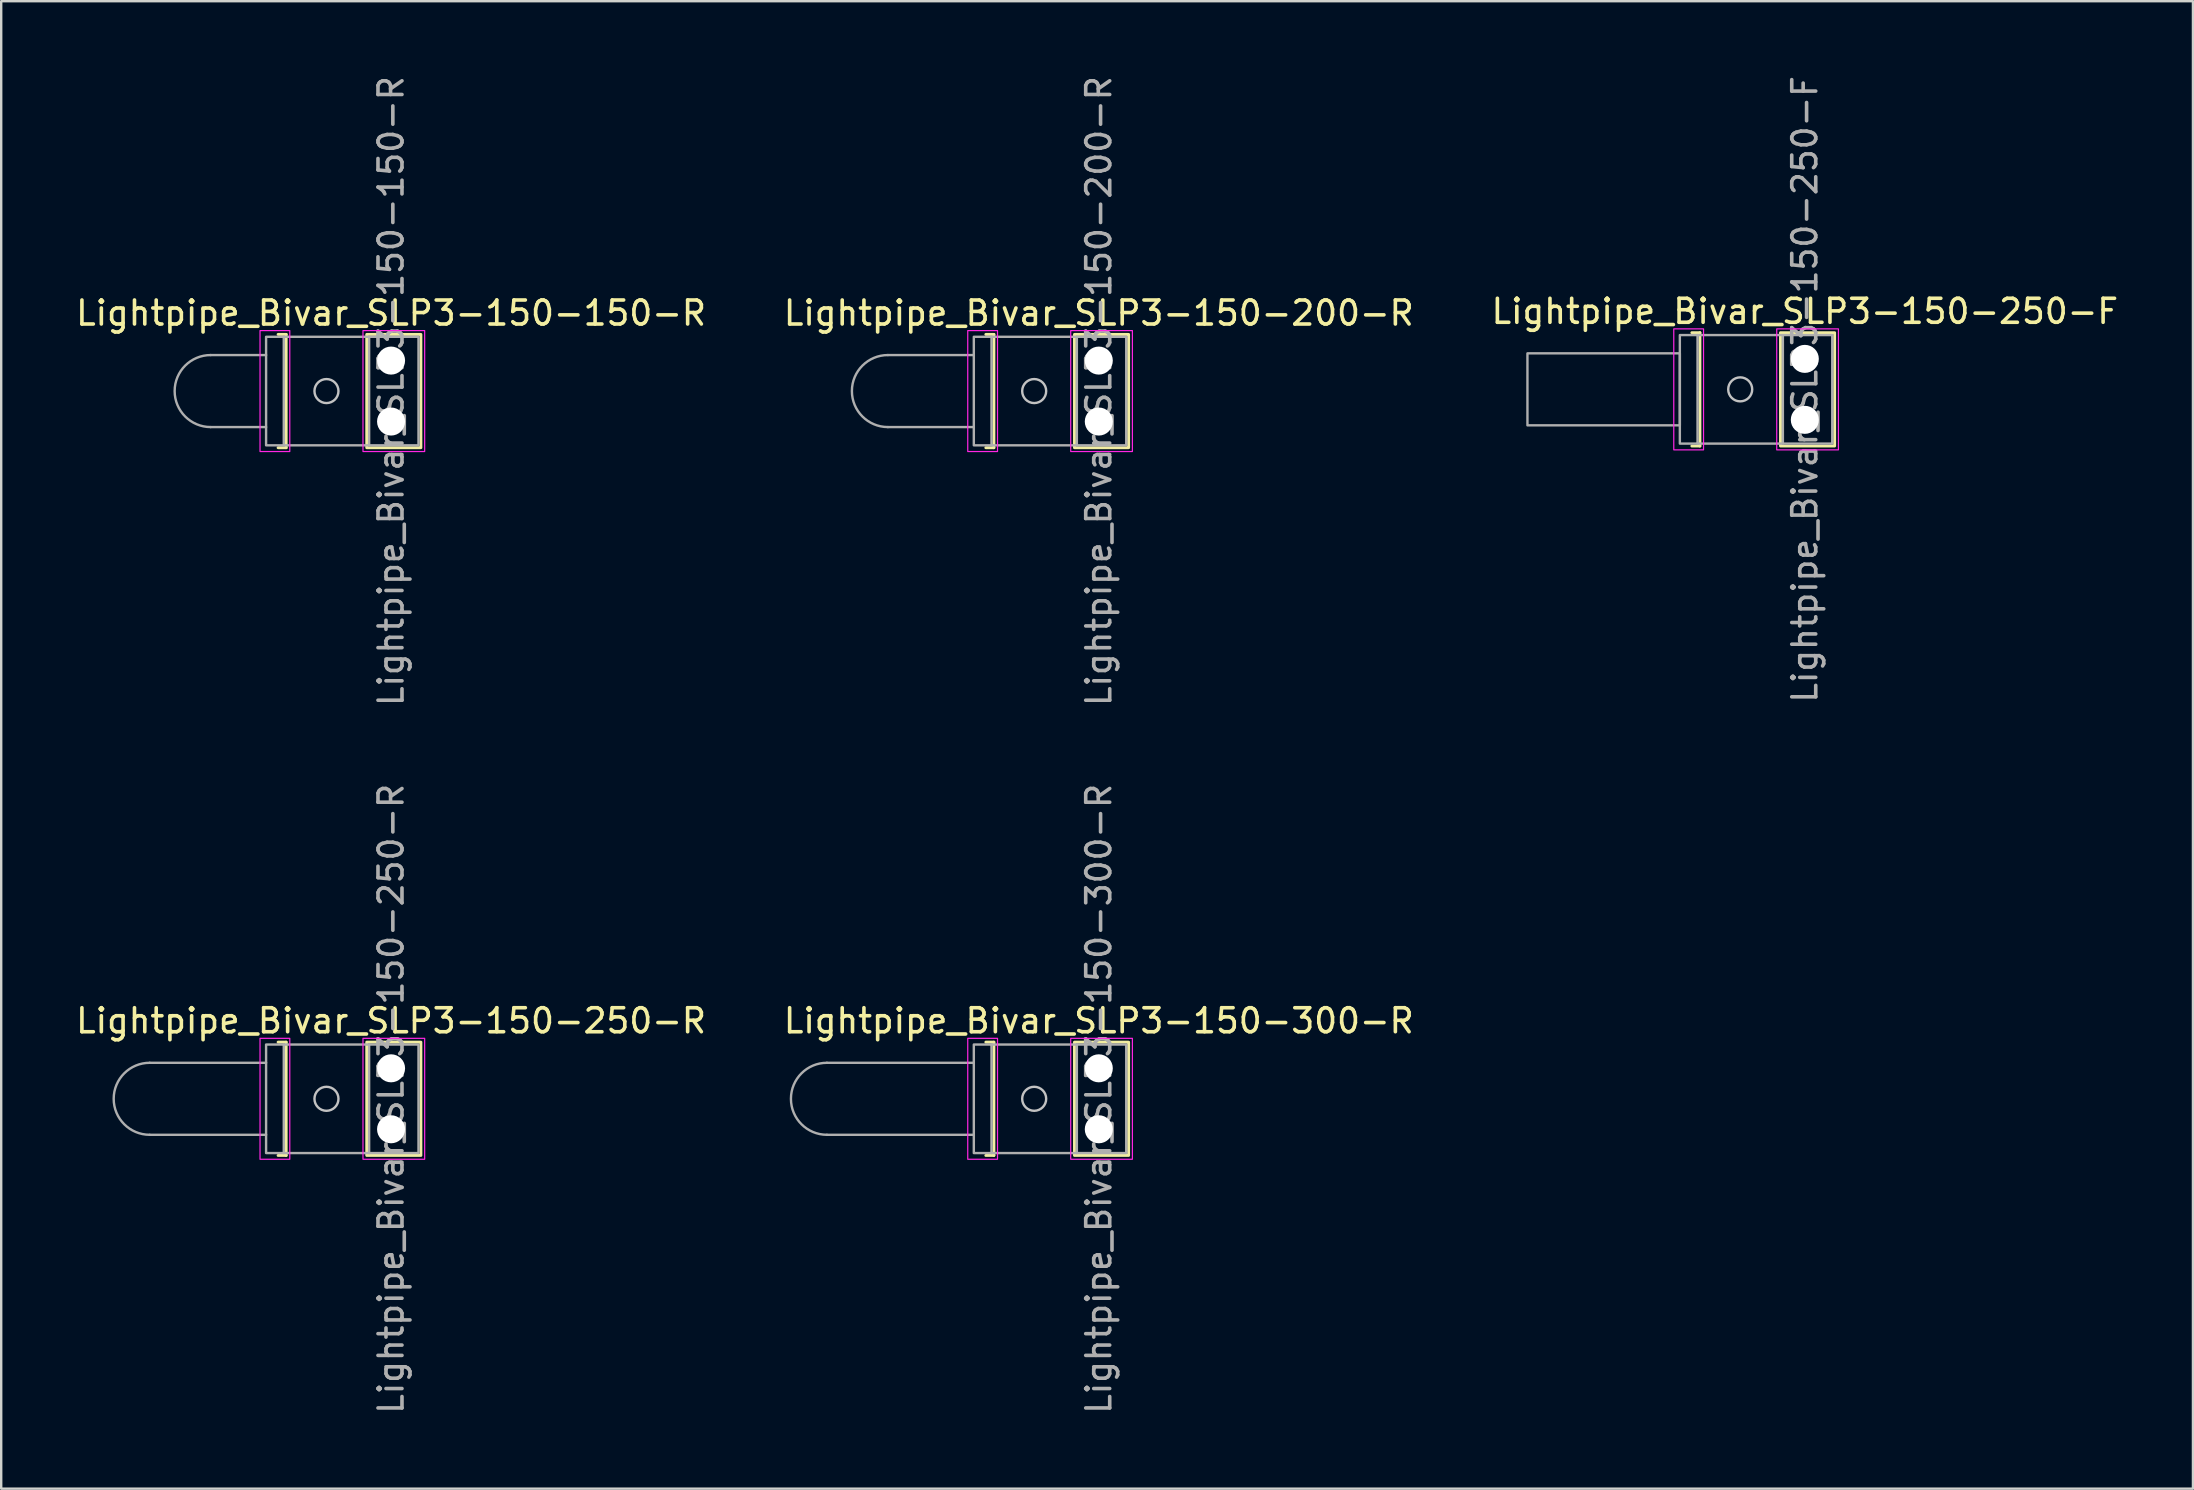
<source format=kicad_pcb>
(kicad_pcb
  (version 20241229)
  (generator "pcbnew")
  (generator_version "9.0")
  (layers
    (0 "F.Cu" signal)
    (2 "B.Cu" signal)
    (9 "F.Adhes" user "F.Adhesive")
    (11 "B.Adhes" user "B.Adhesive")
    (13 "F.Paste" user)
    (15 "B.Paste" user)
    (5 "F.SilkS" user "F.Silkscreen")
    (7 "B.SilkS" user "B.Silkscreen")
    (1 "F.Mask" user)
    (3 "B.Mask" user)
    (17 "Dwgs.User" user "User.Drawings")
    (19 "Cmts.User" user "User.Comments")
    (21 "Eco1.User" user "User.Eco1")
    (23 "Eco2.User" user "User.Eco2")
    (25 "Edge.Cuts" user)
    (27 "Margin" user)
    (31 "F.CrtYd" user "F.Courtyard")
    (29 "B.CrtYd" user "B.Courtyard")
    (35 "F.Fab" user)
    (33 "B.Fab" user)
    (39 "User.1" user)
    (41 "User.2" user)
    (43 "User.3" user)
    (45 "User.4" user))
  (footprint "Lightpipe_Bivar_SLP3-150-300-R"
    (layer "F.Cu")
    (at 42.732 42.732)
    (property "Reference" "Lightpipe_Bivar_SLP3-150-300-R" (at 0 -3.25 0) (layer "F.SilkS") (effects (font (size 1 1) (thickness 0.15))))
    (fp_line (start -4.707 -2.361) (end -4.37 -2.361) (stroke (width 0.12) (type default)) (layer "F.SilkS"))
    (fp_line (start -4.37 -2.361) (end -4.37 2.361) (stroke (width 0.12) (type default)) (layer "F.SilkS"))
    (fp_line (start -4.37 2.361) (end -4.707 2.361) (stroke (width 0.12) (type default)) (layer "F.SilkS"))
    (fp_rect (start -1.014 2.361) (end 1.243 -2.361) (stroke (width 0.12) (type solid)) (fill no) (layer "F.SilkS"))
    (fp_circle (center -2.692 0) (end -2.192 0) (stroke (width 0.1) (type solid)) (fill no) (layer "Dwgs.User"))
    (fp_rect (start -5.46 -2.52) (end -4.22 2.52) (stroke (width 0.05) (type solid)) (fill no) (layer "F.CrtYd"))
    (fp_rect (start -1.17 -2.52) (end 1.4 2.52) (stroke (width 0.05) (type solid)) (fill no) (layer "F.CrtYd"))
    (fp_line (start -11.327 -1.5) (end -5.207 -1.5) (stroke (width 0.1) (type solid)) (layer "F.Fab"))
    (fp_line (start -11.327 1.5) (end -5.207 1.5) (stroke (width 0.1) (type solid)) (layer "F.Fab"))
    (fp_line (start -4.47 -2.261) (end -0.914 -2.261) (stroke (width 0.1) (type solid)) (layer "F.Fab"))
    (fp_line (start -4.47 2.261) (end -0.914 2.261) (stroke (width 0.1) (type solid)) (layer "F.Fab"))
    (fp_rect (start -5.207 -2.261) (end -4.47 2.261) (stroke (width 0.1) (type solid)) (fill no) (layer "F.Fab"))
    (fp_rect (start -0.914 -2.261) (end 1.143 2.261) (stroke (width 0.1) (type solid)) (fill no) (layer "F.Fab"))
    (fp_arc (start -11.327 1.5) (mid -12.827 0) (end -11.327 -1.5) (stroke (width 0.1) (type solid)) (layer "F.Fab"))
    (fp_text user "${REFERENCE}" (at 0 0 90) (layer "F.Fab") (effects (font (size 1 1) (thickness 0.15))))
    (pad "" np_thru_hole circle (at 0 -1.27) (size 1.168 1.168) (drill 1.168) (layers "*.Cu" "*.Mask"))
    (pad "" np_thru_hole circle (at 0 1.27) (size 1.168 1.168) (drill 1.168) (layers "*.Cu" "*.Mask")))
  (footprint "Lightpipe_Bivar_SLP3-150-150-R"
    (layer "F.Cu")
    (at 13.244 13.244)
    (property "Reference" "Lightpipe_Bivar_SLP3-150-150-R" (at 0 -3.25 0) (layer "F.SilkS") (effects (font (size 1 1) (thickness 0.15))))
    (fp_line (start -4.707 -2.361) (end -4.37 -2.361) (stroke (width 0.12) (type default)) (layer "F.SilkS"))
    (fp_line (start -4.37 -2.361) (end -4.37 2.361) (stroke (width 0.12) (type default)) (layer "F.SilkS"))
    (fp_line (start -4.37 2.361) (end -4.707 2.361) (stroke (width 0.12) (type default)) (layer "F.SilkS"))
    (fp_rect (start -1.014 2.361) (end 1.243 -2.361) (stroke (width 0.12) (type solid)) (fill no) (layer "F.SilkS"))
    (fp_circle (center -2.692 0) (end -2.192 0) (stroke (width 0.1) (type solid)) (fill no) (layer "Dwgs.User"))
    (fp_rect (start -5.46 -2.52) (end -4.22 2.52) (stroke (width 0.05) (type solid)) (fill no) (layer "F.CrtYd"))
    (fp_rect (start -1.17 -2.52) (end 1.4 2.52) (stroke (width 0.05) (type solid)) (fill no) (layer "F.CrtYd"))
    (fp_line (start -7.517 -1.5) (end -5.207 -1.5) (stroke (width 0.1) (type solid)) (layer "F.Fab"))
    (fp_line (start -7.517 1.5) (end -5.207 1.5) (stroke (width 0.1) (type solid)) (layer "F.Fab"))
    (fp_line (start -4.47 -2.261) (end -0.914 -2.261) (stroke (width 0.1) (type solid)) (layer "F.Fab"))
    (fp_line (start -4.47 2.261) (end -0.914 2.261) (stroke (width 0.1) (type solid)) (layer "F.Fab"))
    (fp_rect (start -5.207 -2.261) (end -4.47 2.261) (stroke (width 0.1) (type solid)) (fill no) (layer "F.Fab"))
    (fp_rect (start -0.914 -2.261) (end 1.143 2.261) (stroke (width 0.1) (type solid)) (fill no) (layer "F.Fab"))
    (fp_arc (start -7.517 1.5) (mid -9.017 0) (end -7.517 -1.5) (stroke (width 0.1) (type solid)) (layer "F.Fab"))
    (fp_text user "${REFERENCE}" (at 0 0 90) (layer "F.Fab") (effects (font (size 1 1) (thickness 0.15))))
    (pad "" np_thru_hole circle (at 0 -1.27) (size 1.168 1.168) (drill 1.168) (layers "*.Cu" "*.Mask"))
    (pad "" np_thru_hole circle (at 0 1.27) (size 1.168 1.168) (drill 1.168) (layers "*.Cu" "*.Mask")))
  (footprint "Lightpipe_Bivar_SLP3-150-200-R"
    (layer "F.Cu")
    (at 42.732 13.244)
    (property "Reference" "Lightpipe_Bivar_SLP3-150-200-R" (at 0 -3.25 0) (layer "F.SilkS") (effects (font (size 1 1) (thickness 0.15))))
    (fp_line (start -4.707 -2.361) (end -4.37 -2.361) (stroke (width 0.12) (type default)) (layer "F.SilkS"))
    (fp_line (start -4.37 -2.361) (end -4.37 2.361) (stroke (width 0.12) (type default)) (layer "F.SilkS"))
    (fp_line (start -4.37 2.361) (end -4.707 2.361) (stroke (width 0.12) (type default)) (layer "F.SilkS"))
    (fp_rect (start -1.014 2.361) (end 1.243 -2.361) (stroke (width 0.12) (type solid)) (fill no) (layer "F.SilkS"))
    (fp_circle (center -2.692 0) (end -2.192 0) (stroke (width 0.1) (type solid)) (fill no) (layer "Dwgs.User"))
    (fp_rect (start -5.46 -2.52) (end -4.22 2.52) (stroke (width 0.05) (type solid)) (fill no) (layer "F.CrtYd"))
    (fp_rect (start -1.17 -2.52) (end 1.4 2.52) (stroke (width 0.05) (type solid)) (fill no) (layer "F.CrtYd"))
    (fp_line (start -8.787 -1.5) (end -5.207 -1.5) (stroke (width 0.1) (type solid)) (layer "F.Fab"))
    (fp_line (start -8.787 1.5) (end -5.207 1.5) (stroke (width 0.1) (type solid)) (layer "F.Fab"))
    (fp_line (start -4.47 -2.261) (end -0.914 -2.261) (stroke (width 0.1) (type solid)) (layer "F.Fab"))
    (fp_line (start -4.47 2.261) (end -0.914 2.261) (stroke (width 0.1) (type solid)) (layer "F.Fab"))
    (fp_rect (start -5.207 -2.261) (end -4.47 2.261) (stroke (width 0.1) (type solid)) (fill no) (layer "F.Fab"))
    (fp_rect (start -0.914 -2.261) (end 1.143 2.261) (stroke (width 0.1) (type solid)) (fill no) (layer "F.Fab"))
    (fp_arc (start -8.787 1.5) (mid -10.287 0) (end -8.787 -1.5) (stroke (width 0.1) (type solid)) (layer "F.Fab"))
    (fp_text user "${REFERENCE}" (at 0 0 90) (layer "F.Fab") (effects (font (size 1 1) (thickness 0.15))))
    (pad "" np_thru_hole circle (at 0 -1.27) (size 1.168 1.168) (drill 1.168) (layers "*.Cu" "*.Mask"))
    (pad "" np_thru_hole circle (at 0 1.27) (size 1.168 1.168) (drill 1.168) (layers "*.Cu" "*.Mask")))
  (footprint "Lightpipe_Bivar_SLP3-150-250-F"
    (layer "F.Cu")
    (at 72.149 13.173)
    (property "Reference" "Lightpipe_Bivar_SLP3-150-250-F" (at 0 -3.25 0) (layer "F.SilkS") (effects (font (size 1 1) (thickness 0.15))))
    (fp_line (start -4.707 -2.361) (end -4.37 -2.361) (stroke (width 0.12) (type default)) (layer "F.SilkS"))
    (fp_line (start -4.37 -2.361) (end -4.37 2.361) (stroke (width 0.12) (type default)) (layer "F.SilkS"))
    (fp_line (start -4.37 2.361) (end -4.707 2.361) (stroke (width 0.12) (type default)) (layer "F.SilkS"))
    (fp_rect (start -1.014 2.361) (end 1.243 -2.361) (stroke (width 0.12) (type solid)) (fill no) (layer "F.SilkS"))
    (fp_circle (center -2.692 0) (end -2.192 0) (stroke (width 0.1) (type solid)) (fill no) (layer "Dwgs.User"))
    (fp_rect (start -5.46 -2.52) (end -4.22 2.52) (stroke (width 0.05) (type solid)) (fill no) (layer "F.CrtYd"))
    (fp_rect (start -1.17 -2.52) (end 1.4 2.52) (stroke (width 0.05) (type solid)) (fill no) (layer "F.CrtYd"))
    (fp_line (start -4.47 -2.261) (end -0.914 -2.261) (stroke (width 0.1) (type solid)) (layer "F.Fab"))
    (fp_line (start -4.47 2.261) (end -0.914 2.261) (stroke (width 0.1) (type solid)) (layer "F.Fab"))
    (fp_rect (start -5.207 -2.261) (end -4.47 2.261) (stroke (width 0.1) (type solid)) (fill no) (layer "F.Fab"))
    (fp_rect (start -5.207 -1.5) (end -11.557 1.5) (stroke (width 0.1) (type solid)) (fill no) (layer "F.Fab"))
    (fp_rect (start -0.914 -2.261) (end 1.143 2.261) (stroke (width 0.1) (type solid)) (fill no) (layer "F.Fab"))
    (fp_text user "${REFERENCE}" (at 0 0 90) (layer "F.Fab") (effects (font (size 1 1) (thickness 0.15))))
    (pad "" np_thru_hole circle (at 0 -1.27) (size 1.168 1.168) (drill 1.168) (layers "*.Cu" "*.Mask"))
    (pad "" np_thru_hole circle (at 0 1.27) (size 1.168 1.168) (drill 1.168) (layers "*.Cu" "*.Mask")))
  (footprint "Lightpipe_Bivar_SLP3-150-250-R"
    (layer "F.Cu")
    (at 13.244 42.732)
    (property "Reference" "Lightpipe_Bivar_SLP3-150-250-R" (at 0 -3.25 0) (layer "F.SilkS") (effects (font (size 1 1) (thickness 0.15))))
    (fp_line (start -4.707 -2.361) (end -4.37 -2.361) (stroke (width 0.12) (type default)) (layer "F.SilkS"))
    (fp_line (start -4.37 -2.361) (end -4.37 2.361) (stroke (width 0.12) (type default)) (layer "F.SilkS"))
    (fp_line (start -4.37 2.361) (end -4.707 2.361) (stroke (width 0.12) (type default)) (layer "F.SilkS"))
    (fp_rect (start -1.014 2.361) (end 1.243 -2.361) (stroke (width 0.12) (type solid)) (fill no) (layer "F.SilkS"))
    (fp_circle (center -2.692 0) (end -2.192 0) (stroke (width 0.1) (type solid)) (fill no) (layer "Dwgs.User"))
    (fp_rect (start -5.46 -2.52) (end -4.22 2.52) (stroke (width 0.05) (type solid)) (fill no) (layer "F.CrtYd"))
    (fp_rect (start -1.17 -2.52) (end 1.4 2.52) (stroke (width 0.05) (type solid)) (fill no) (layer "F.CrtYd"))
    (fp_line (start -10.057 -1.5) (end -5.207 -1.5) (stroke (width 0.1) (type solid)) (layer "F.Fab"))
    (fp_line (start -10.057 1.5) (end -5.207 1.5) (stroke (width 0.1) (type solid)) (layer "F.Fab"))
    (fp_line (start -4.47 -2.261) (end -0.914 -2.261) (stroke (width 0.1) (type solid)) (layer "F.Fab"))
    (fp_line (start -4.47 2.261) (end -0.914 2.261) (stroke (width 0.1) (type solid)) (layer "F.Fab"))
    (fp_rect (start -5.207 -2.261) (end -4.47 2.261) (stroke (width 0.1) (type solid)) (fill no) (layer "F.Fab"))
    (fp_rect (start -0.914 -2.261) (end 1.143 2.261) (stroke (width 0.1) (type solid)) (fill no) (layer "F.Fab"))
    (fp_arc (start -10.057 1.5) (mid -11.557 0) (end -10.057 -1.5) (stroke (width 0.1) (type solid)) (layer "F.Fab"))
    (fp_text user "${REFERENCE}" (at 0 0 90) (layer "F.Fab") (effects (font (size 1 1) (thickness 0.15))))
    (pad "" np_thru_hole circle (at 0 -1.27) (size 1.168 1.168) (drill 1.168) (layers "*.Cu" "*.Mask"))
    (pad "" np_thru_hole circle (at 0 1.27) (size 1.168 1.168) (drill 1.168) (layers "*.Cu" "*.Mask")))
  (gr_rect
    (start -3 -3)
    (end 88.321 58.976)
    (stroke (width 0.1) (type default))
    (fill no)
    (layer "Edge.Cuts")))
</source>
